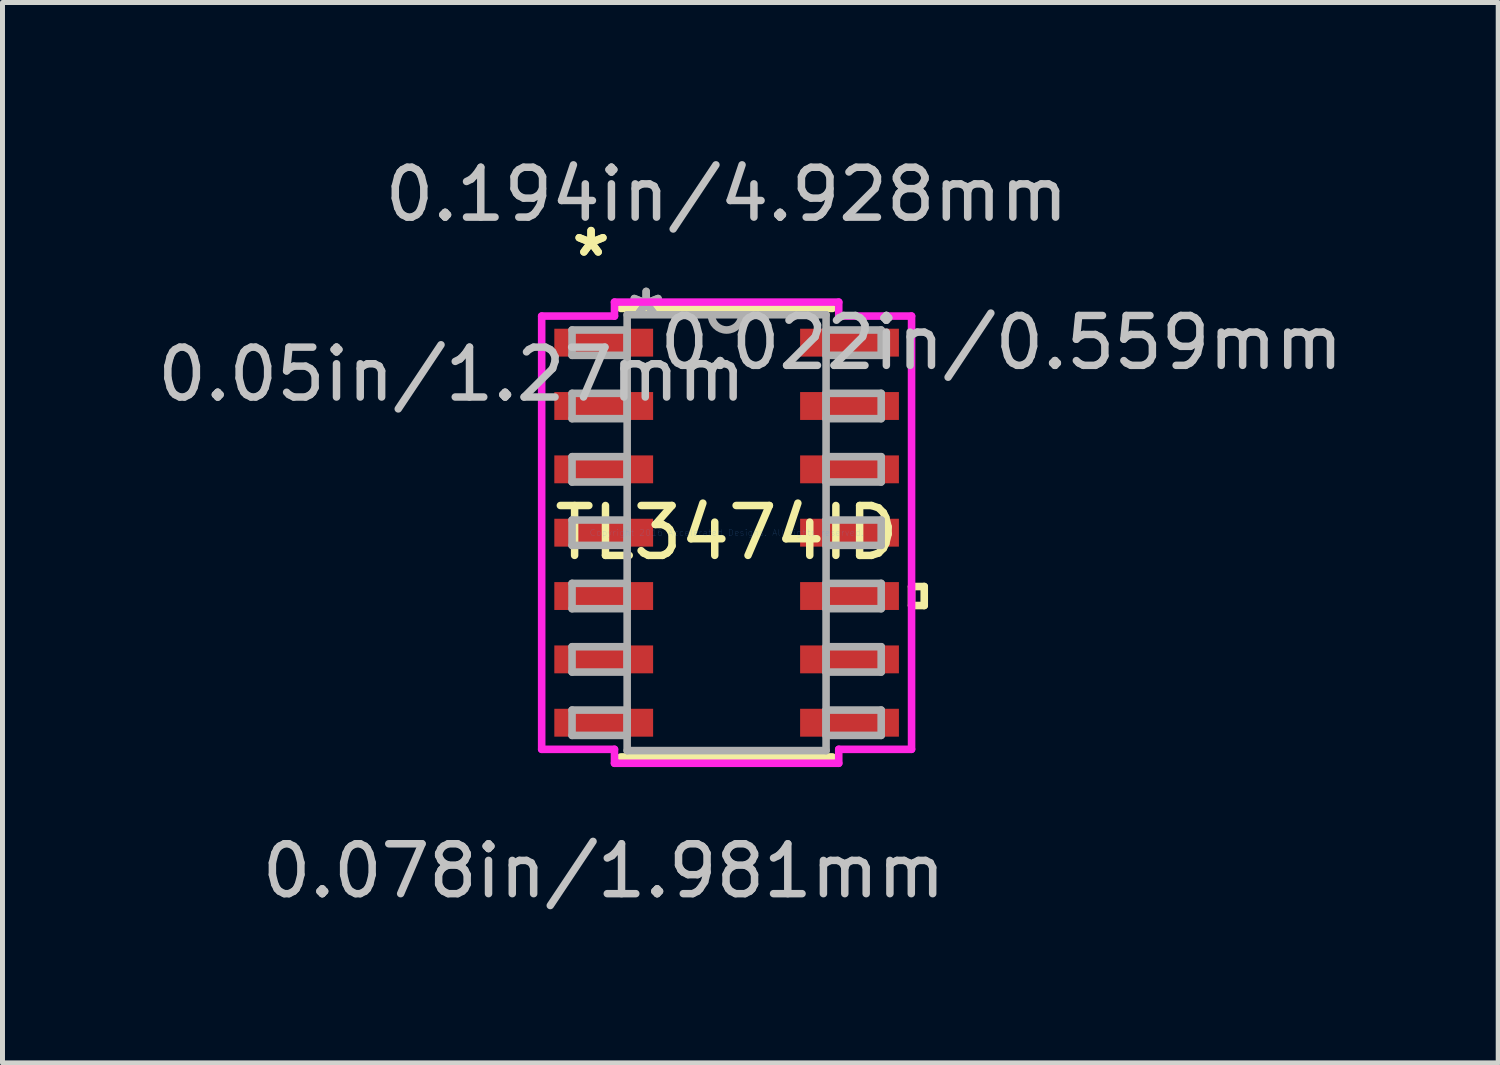
<source format=kicad_pcb>
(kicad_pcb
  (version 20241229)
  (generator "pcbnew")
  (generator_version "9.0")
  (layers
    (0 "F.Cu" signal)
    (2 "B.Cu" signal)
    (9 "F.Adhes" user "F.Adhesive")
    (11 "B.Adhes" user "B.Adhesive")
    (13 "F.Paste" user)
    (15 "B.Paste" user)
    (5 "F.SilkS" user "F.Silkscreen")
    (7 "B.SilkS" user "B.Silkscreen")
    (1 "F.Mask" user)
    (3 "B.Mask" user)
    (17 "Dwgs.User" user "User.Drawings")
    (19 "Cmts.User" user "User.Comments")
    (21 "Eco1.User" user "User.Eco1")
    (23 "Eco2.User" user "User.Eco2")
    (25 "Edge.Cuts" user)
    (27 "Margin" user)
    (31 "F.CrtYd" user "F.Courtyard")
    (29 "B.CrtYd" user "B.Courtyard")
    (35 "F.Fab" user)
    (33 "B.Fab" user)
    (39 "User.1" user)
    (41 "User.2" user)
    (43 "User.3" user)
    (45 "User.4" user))
  (footprint "TL3474ID"
    (layer "F.Cu")
    (at 11.518 7.63)
    (property "Reference" "TL3474ID" (at 0 0 0) (layer "F.SilkS") (effects (font (size 1 1) (thickness 0.15))))
    (attr through_hole)
    (fp_line (start -2.121 4.496) (end 2.121 4.496) (stroke (width 0.152) (type solid)) (layer "F.SilkS"))
    (fp_line (start 2.121 -4.496) (end -2.121 -4.496) (stroke (width 0.152) (type solid)) (layer "F.SilkS"))
    (fp_line (start 3.708 1.079) (end 3.962 1.079) (stroke (width 0.152) (type solid)) (layer "F.SilkS"))
    (fp_line (start 3.708 1.46) (end 3.708 1.079) (stroke (width 0.152) (type solid)) (layer "F.SilkS"))
    (fp_line (start 3.962 1.079) (end 3.962 1.46) (stroke (width 0.152) (type solid)) (layer "F.SilkS"))
    (fp_line (start 3.962 1.46) (end 3.708 1.46) (stroke (width 0.152) (type solid)) (layer "F.SilkS"))
    (fp_line (start -3.708 -4.343) (end -2.248 -4.343) (stroke (width 0.152) (type solid)) (layer "F.CrtYd"))
    (fp_line (start -3.708 4.343) (end -3.708 -4.343) (stroke (width 0.152) (type solid)) (layer "F.CrtYd"))
    (fp_line (start -2.248 -4.623) (end 2.248 -4.623) (stroke (width 0.152) (type solid)) (layer "F.CrtYd"))
    (fp_line (start -2.248 -4.343) (end -2.248 -4.623) (stroke (width 0.152) (type solid)) (layer "F.CrtYd"))
    (fp_line (start -2.248 4.343) (end -3.708 4.343) (stroke (width 0.152) (type solid)) (layer "F.CrtYd"))
    (fp_line (start -2.248 4.623) (end -2.248 4.343) (stroke (width 0.152) (type solid)) (layer "F.CrtYd"))
    (fp_line (start 2.248 -4.623) (end 2.248 -4.343) (stroke (width 0.152) (type solid)) (layer "F.CrtYd"))
    (fp_line (start 2.248 -4.343) (end 3.708 -4.343) (stroke (width 0.152) (type solid)) (layer "F.CrtYd"))
    (fp_line (start 2.248 4.343) (end 2.248 4.623) (stroke (width 0.152) (type solid)) (layer "F.CrtYd"))
    (fp_line (start 2.248 4.623) (end -2.248 4.623) (stroke (width 0.152) (type solid)) (layer "F.CrtYd"))
    (fp_line (start 3.708 -4.343) (end 3.708 4.343) (stroke (width 0.152) (type solid)) (layer "F.CrtYd"))
    (fp_line (start 3.708 4.343) (end 2.248 4.343) (stroke (width 0.152) (type solid)) (layer "F.CrtYd"))
    (fp_line (start -3.099 -4.064) (end -3.099 -3.556) (stroke (width 0.152) (type solid)) (layer "F.Fab"))
    (fp_line (start -3.099 -3.556) (end -1.994 -3.556) (stroke (width 0.152) (type solid)) (layer "F.Fab"))
    (fp_line (start -3.099 -2.794) (end -3.099 -2.286) (stroke (width 0.152) (type solid)) (layer "F.Fab"))
    (fp_line (start -3.099 -2.286) (end -1.994 -2.286) (stroke (width 0.152) (type solid)) (layer "F.Fab"))
    (fp_line (start -3.099 -1.524) (end -3.099 -1.016) (stroke (width 0.152) (type solid)) (layer "F.Fab"))
    (fp_line (start -3.099 -1.016) (end -1.994 -1.016) (stroke (width 0.152) (type solid)) (layer "F.Fab"))
    (fp_line (start -3.099 -0.254) (end -3.099 0.254) (stroke (width 0.152) (type solid)) (layer "F.Fab"))
    (fp_line (start -3.099 0.254) (end -1.994 0.254) (stroke (width 0.152) (type solid)) (layer "F.Fab"))
    (fp_line (start -3.099 1.016) (end -3.099 1.524) (stroke (width 0.152) (type solid)) (layer "F.Fab"))
    (fp_line (start -3.099 1.524) (end -1.994 1.524) (stroke (width 0.152) (type solid)) (layer "F.Fab"))
    (fp_line (start -3.099 2.286) (end -3.099 2.794) (stroke (width 0.152) (type solid)) (layer "F.Fab"))
    (fp_line (start -3.099 2.794) (end -1.994 2.794) (stroke (width 0.152) (type solid)) (layer "F.Fab"))
    (fp_line (start -3.099 3.556) (end -3.099 4.064) (stroke (width 0.152) (type solid)) (layer "F.Fab"))
    (fp_line (start -3.099 4.064) (end -1.994 4.064) (stroke (width 0.152) (type solid)) (layer "F.Fab"))
    (fp_line (start -1.994 -4.369) (end -1.994 4.369) (stroke (width 0.152) (type solid)) (layer "F.Fab"))
    (fp_line (start -1.994 -4.064) (end -3.099 -4.064) (stroke (width 0.152) (type solid)) (layer "F.Fab"))
    (fp_line (start -1.994 -3.556) (end -1.994 -4.064) (stroke (width 0.152) (type solid)) (layer "F.Fab"))
    (fp_line (start -1.994 -2.794) (end -3.099 -2.794) (stroke (width 0.152) (type solid)) (layer "F.Fab"))
    (fp_line (start -1.994 -2.286) (end -1.994 -2.794) (stroke (width 0.152) (type solid)) (layer "F.Fab"))
    (fp_line (start -1.994 -1.524) (end -3.099 -1.524) (stroke (width 0.152) (type solid)) (layer "F.Fab"))
    (fp_line (start -1.994 -1.016) (end -1.994 -1.524) (stroke (width 0.152) (type solid)) (layer "F.Fab"))
    (fp_line (start -1.994 -0.254) (end -3.099 -0.254) (stroke (width 0.152) (type solid)) (layer "F.Fab"))
    (fp_line (start -1.994 0.254) (end -1.994 -0.254) (stroke (width 0.152) (type solid)) (layer "F.Fab"))
    (fp_line (start -1.994 1.016) (end -3.099 1.016) (stroke (width 0.152) (type solid)) (layer "F.Fab"))
    (fp_line (start -1.994 1.524) (end -1.994 1.016) (stroke (width 0.152) (type solid)) (layer "F.Fab"))
    (fp_line (start -1.994 2.286) (end -3.099 2.286) (stroke (width 0.152) (type solid)) (layer "F.Fab"))
    (fp_line (start -1.994 2.794) (end -1.994 2.286) (stroke (width 0.152) (type solid)) (layer "F.Fab"))
    (fp_line (start -1.994 3.556) (end -3.099 3.556) (stroke (width 0.152) (type solid)) (layer "F.Fab"))
    (fp_line (start -1.994 4.064) (end -1.994 3.556) (stroke (width 0.152) (type solid)) (layer "F.Fab"))
    (fp_line (start -1.994 4.369) (end 1.994 4.369) (stroke (width 0.152) (type solid)) (layer "F.Fab"))
    (fp_line (start 1.994 -4.369) (end -1.994 -4.369) (stroke (width 0.152) (type solid)) (layer "F.Fab"))
    (fp_line (start 1.994 -4.064) (end 1.994 -3.556) (stroke (width 0.152) (type solid)) (layer "F.Fab"))
    (fp_line (start 1.994 -3.556) (end 3.099 -3.556) (stroke (width 0.152) (type solid)) (layer "F.Fab"))
    (fp_line (start 1.994 -2.794) (end 1.994 -2.286) (stroke (width 0.152) (type solid)) (layer "F.Fab"))
    (fp_line (start 1.994 -2.286) (end 3.099 -2.286) (stroke (width 0.152) (type solid)) (layer "F.Fab"))
    (fp_line (start 1.994 -1.524) (end 1.994 -1.016) (stroke (width 0.152) (type solid)) (layer "F.Fab"))
    (fp_line (start 1.994 -1.016) (end 3.099 -1.016) (stroke (width 0.152) (type solid)) (layer "F.Fab"))
    (fp_line (start 1.994 -0.254) (end 1.994 0.254) (stroke (width 0.152) (type solid)) (layer "F.Fab"))
    (fp_line (start 1.994 0.254) (end 3.099 0.254) (stroke (width 0.152) (type solid)) (layer "F.Fab"))
    (fp_line (start 1.994 1.016) (end 1.994 1.524) (stroke (width 0.152) (type solid)) (layer "F.Fab"))
    (fp_line (start 1.994 1.524) (end 3.099 1.524) (stroke (width 0.152) (type solid)) (layer "F.Fab"))
    (fp_line (start 1.994 2.286) (end 1.994 2.794) (stroke (width 0.152) (type solid)) (layer "F.Fab"))
    (fp_line (start 1.994 2.794) (end 3.099 2.794) (stroke (width 0.152) (type solid)) (layer "F.Fab"))
    (fp_line (start 1.994 3.556) (end 1.994 4.064) (stroke (width 0.152) (type solid)) (layer "F.Fab"))
    (fp_line (start 1.994 4.064) (end 3.099 4.064) (stroke (width 0.152) (type solid)) (layer "F.Fab"))
    (fp_line (start 1.994 4.369) (end 1.994 -4.369) (stroke (width 0.152) (type solid)) (layer "F.Fab"))
    (fp_line (start 3.099 -4.064) (end 1.994 -4.064) (stroke (width 0.152) (type solid)) (layer "F.Fab"))
    (fp_line (start 3.099 -3.556) (end 3.099 -4.064) (stroke (width 0.152) (type solid)) (layer "F.Fab"))
    (fp_line (start 3.099 -2.794) (end 1.994 -2.794) (stroke (width 0.152) (type solid)) (layer "F.Fab"))
    (fp_line (start 3.099 -2.286) (end 3.099 -2.794) (stroke (width 0.152) (type solid)) (layer "F.Fab"))
    (fp_line (start 3.099 -1.524) (end 1.994 -1.524) (stroke (width 0.152) (type solid)) (layer "F.Fab"))
    (fp_line (start 3.099 -1.016) (end 3.099 -1.524) (stroke (width 0.152) (type solid)) (layer "F.Fab"))
    (fp_line (start 3.099 -0.254) (end 1.994 -0.254) (stroke (width 0.152) (type solid)) (layer "F.Fab"))
    (fp_line (start 3.099 0.254) (end 3.099 -0.254) (stroke (width 0.152) (type solid)) (layer "F.Fab"))
    (fp_line (start 3.099 1.016) (end 1.994 1.016) (stroke (width 0.152) (type solid)) (layer "F.Fab"))
    (fp_line (start 3.099 1.524) (end 3.099 1.016) (stroke (width 0.152) (type solid)) (layer "F.Fab"))
    (fp_line (start 3.099 2.286) (end 1.994 2.286) (stroke (width 0.152) (type solid)) (layer "F.Fab"))
    (fp_line (start 3.099 2.794) (end 3.099 2.286) (stroke (width 0.152) (type solid)) (layer "F.Fab"))
    (fp_line (start 3.099 3.556) (end 1.994 3.556) (stroke (width 0.152) (type solid)) (layer "F.Fab"))
    (fp_line (start 3.099 4.064) (end 3.099 3.556) (stroke (width 0.152) (type solid)) (layer "F.Fab"))
    (fp_arc (start 0.3048 -4.3688) (mid 0 -4.064) (end -0.3048 -4.3688) (stroke (width 0.1524) (type solid)) (layer "F.Fab"))
    (fp_text user "*" (at -2.718 -5.512 0) (layer "F.SilkS") (effects (font (size 1 1) (thickness 0.15))))
    (fp_text user "*" (at -2.718 -5.512 0) (layer "F.SilkS") (effects (font (size 1 1) (thickness 0.15))))
    (fp_text user "0.05in/1.27mm" (at -5.512 -3.175 0) (layer "Dwgs.User") (effects (font (size 1 1) (thickness 0.15))))
    (fp_text user "0.022in/0.559mm" (at 5.512 -3.81 0) (layer "Dwgs.User") (effects (font (size 1 1) (thickness 0.15))))
    (fp_text user "0.194in/4.928mm" (at 0 -6.782 0) (layer "Dwgs.User") (effects (font (size 1 1) (thickness 0.15))))
    (fp_text user "0.078in/1.981mm" (at -2.464 6.782 0) (layer "Dwgs.User") (effects (font (size 1 1) (thickness 0.15))))
    (fp_text user "Copyright 2016 Accelerated Designs. All rights reserved." (at 0 0 0) (layer "Cmts.User") (effects (font (size 0.127 0.127) (thickness 0.002))))
    (fp_text user "*" (at -1.613 -4.293 0) (layer "F.Fab") (effects (font (size 1 1) (thickness 0.15))))
    (fp_text user "*" (at -1.613 -4.293 0) (layer "F.Fab") (effects (font (size 1 1) (thickness 0.15))))
    (pad "1" smd rect (at -2.464 -3.81) (size 1.981 0.559) (layers "F.Cu" "F.Mask" "F.Paste"))
    (pad "2" smd rect (at -2.464 -2.54) (size 1.981 0.559) (layers "F.Cu" "F.Mask" "F.Paste"))
    (pad "3" smd rect (at -2.464 -1.27) (size 1.981 0.559) (layers "F.Cu" "F.Mask" "F.Paste"))
    (pad "4" smd rect (at -2.464 0) (size 1.981 0.559) (layers "F.Cu" "F.Mask" "F.Paste"))
    (pad "5" smd rect (at -2.464 1.27) (size 1.981 0.559) (layers "F.Cu" "F.Mask" "F.Paste"))
    (pad "6" smd rect (at -2.464 2.54) (size 1.981 0.559) (layers "F.Cu" "F.Mask" "F.Paste"))
    (pad "7" smd rect (at -2.464 3.81) (size 1.981 0.559) (layers "F.Cu" "F.Mask" "F.Paste"))
    (pad "8" smd rect (at 2.464 3.81) (size 1.981 0.559) (layers "F.Cu" "F.Mask" "F.Paste"))
    (pad "9" smd rect (at 2.464 2.54) (size 1.981 0.559) (layers "F.Cu" "F.Mask" "F.Paste"))
    (pad "10" smd rect (at 2.464 1.27) (size 1.981 0.559) (layers "F.Cu" "F.Mask" "F.Paste"))
    (pad "11" smd rect (at 2.464 0) (size 1.981 0.559) (layers "F.Cu" "F.Mask" "F.Paste"))
    (pad "12" smd rect (at 2.464 -1.27) (size 1.981 0.559) (layers "F.Cu" "F.Mask" "F.Paste"))
    (pad "13" smd rect (at 2.464 -2.54) (size 1.981 0.559) (layers "F.Cu" "F.Mask" "F.Paste"))
    (pad "14" smd rect (at 2.464 -3.81) (size 1.981 0.559) (layers "F.Cu" "F.Mask" "F.Paste")))
  (gr_rect
    (start -3 -3)
    (end 26.988 18.26)
    (stroke (width 0.1) (type default))
    (fill no)
    (layer "Edge.Cuts")))
</source>
